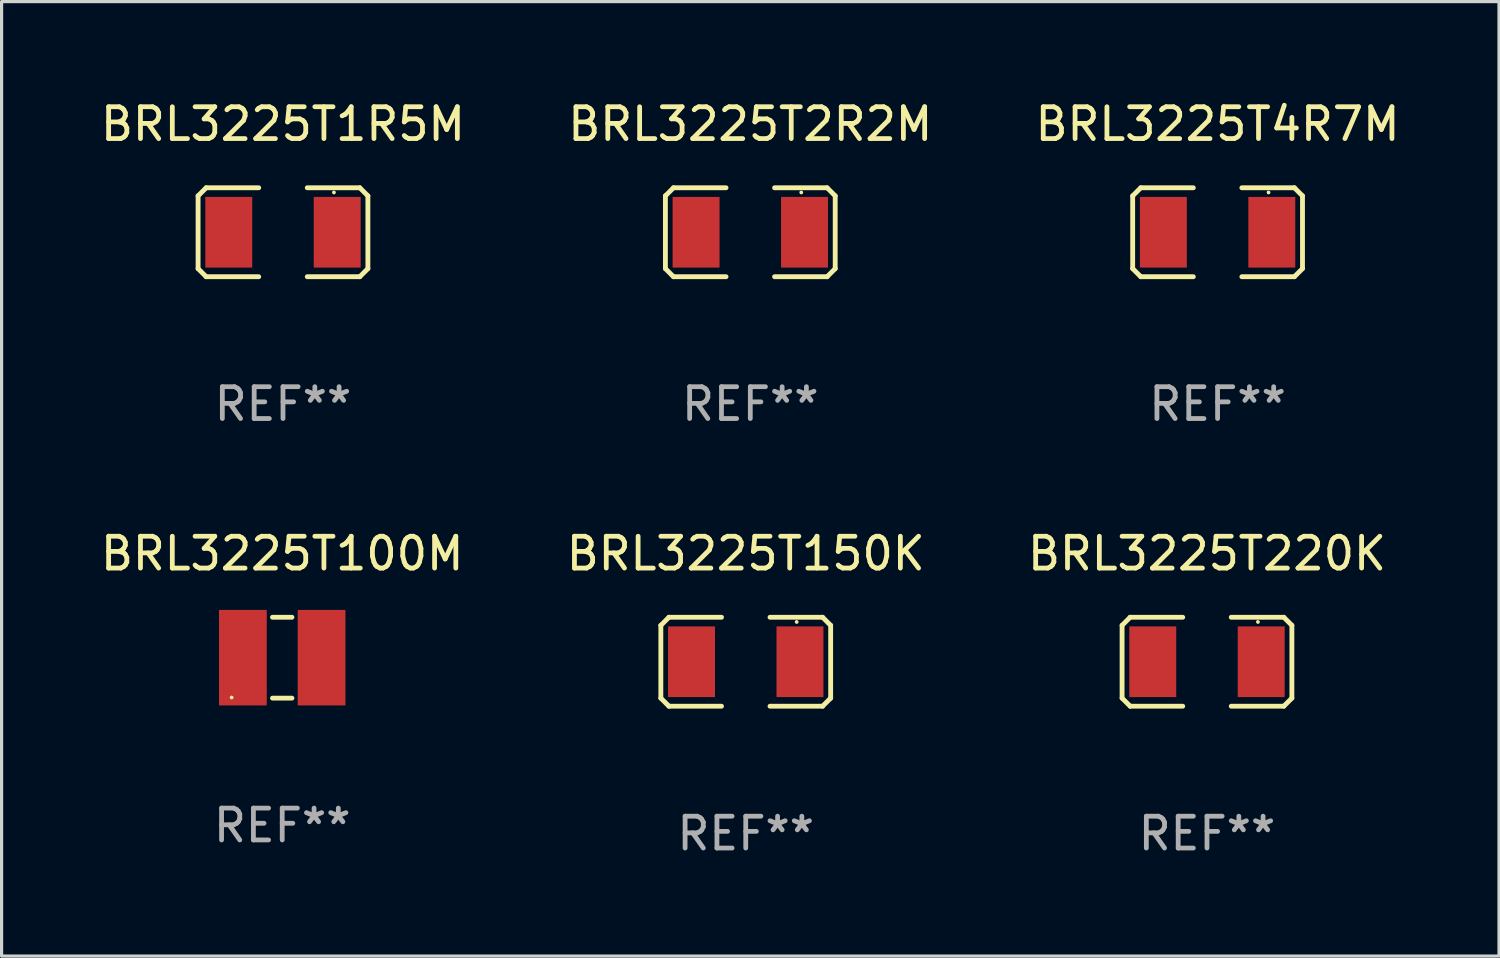
<source format=kicad_pcb>
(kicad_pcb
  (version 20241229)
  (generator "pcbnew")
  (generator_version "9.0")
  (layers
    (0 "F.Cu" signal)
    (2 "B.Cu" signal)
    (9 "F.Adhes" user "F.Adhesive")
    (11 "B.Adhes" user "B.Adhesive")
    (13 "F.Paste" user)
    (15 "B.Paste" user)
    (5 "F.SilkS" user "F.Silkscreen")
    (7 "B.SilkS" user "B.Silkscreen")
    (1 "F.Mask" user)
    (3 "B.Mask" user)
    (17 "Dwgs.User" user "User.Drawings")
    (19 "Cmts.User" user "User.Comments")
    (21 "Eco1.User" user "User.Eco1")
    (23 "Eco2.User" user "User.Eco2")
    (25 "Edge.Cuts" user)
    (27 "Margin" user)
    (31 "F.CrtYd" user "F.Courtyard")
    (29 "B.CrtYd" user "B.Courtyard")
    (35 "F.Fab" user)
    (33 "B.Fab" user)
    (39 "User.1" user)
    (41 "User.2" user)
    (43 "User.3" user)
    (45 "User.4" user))
  (footprint "BRL3225T150K"
    (layer "F.Cu")
    (at 20.375 17.736)
    (property "Reference" "BRL3225T150K" (at 0 -3.397 0) (layer "F.SilkS") (effects (font (size 1 1) (thickness 0.15))))
    (attr through_hole)
    (fp_line (start -2.667 -1.143) (end -2.413 -1.397) (stroke (width 0.152) (type solid)) (layer "F.SilkS"))
    (fp_line (start -2.667 1.143) (end -2.667 -1.143) (stroke (width 0.152) (type solid)) (layer "F.SilkS"))
    (fp_line (start -2.413 -1.397) (end -0.762 -1.397) (stroke (width 0.152) (type solid)) (layer "F.SilkS"))
    (fp_line (start -2.413 1.397) (end -2.667 1.143) (stroke (width 0.152) (type solid)) (layer "F.SilkS"))
    (fp_line (start -0.762 1.397) (end -2.413 1.397) (stroke (width 0.152) (type solid)) (layer "F.SilkS"))
    (fp_line (start 0.762 -1.397) (end 2.413 -1.397) (stroke (width 0.152) (type solid)) (layer "F.SilkS"))
    (fp_line (start 2.413 -1.397) (end 2.667 -1.143) (stroke (width 0.152) (type solid)) (layer "F.SilkS"))
    (fp_line (start 2.413 1.397) (end 0.762 1.397) (stroke (width 0.152) (type solid)) (layer "F.SilkS"))
    (fp_line (start 2.667 -1.143) (end 2.667 1.143) (stroke (width 0.152) (type solid)) (layer "F.SilkS"))
    (fp_line (start 2.667 1.143) (end 2.413 1.397) (stroke (width 0.152) (type solid)) (layer "F.SilkS"))
    (fp_circle (center 1.6 -1.25) (end 1.63 -1.25) (stroke (width 0.06) (type solid)) (fill no) (layer "F.SilkS"))
    (fp_text user "REF**" (at 0 5.397 0) (layer "F.Fab") (effects (font (size 1 1) (thickness 0.15))))
    (pad "1" smd rect (at 1.703 0) (size 1.474 2.22) (layers "F.Cu" "F.Mask" "F.Paste"))
    (pad "2" smd rect (at -1.703 0) (size 1.474 2.22) (layers "F.Cu" "F.Mask" "F.Paste")))
  (footprint "BRL3225T1R5M"
    (layer "F.Cu")
    (at 5.839 4.245)
    (property "Reference" "BRL3225T1R5M" (at 0 -3.397 0) (layer "F.SilkS") (effects (font (size 1 1) (thickness 0.15))))
    (attr through_hole)
    (fp_line (start -2.667 -1.143) (end -2.413 -1.397) (stroke (width 0.152) (type solid)) (layer "F.SilkS"))
    (fp_line (start -2.667 1.143) (end -2.667 -1.143) (stroke (width 0.152) (type solid)) (layer "F.SilkS"))
    (fp_line (start -2.413 -1.397) (end -0.762 -1.397) (stroke (width 0.152) (type solid)) (layer "F.SilkS"))
    (fp_line (start -2.413 1.397) (end -2.667 1.143) (stroke (width 0.152) (type solid)) (layer "F.SilkS"))
    (fp_line (start -0.762 1.397) (end -2.413 1.397) (stroke (width 0.152) (type solid)) (layer "F.SilkS"))
    (fp_line (start 0.762 -1.397) (end 2.413 -1.397) (stroke (width 0.152) (type solid)) (layer "F.SilkS"))
    (fp_line (start 2.413 -1.397) (end 2.667 -1.143) (stroke (width 0.152) (type solid)) (layer "F.SilkS"))
    (fp_line (start 2.413 1.397) (end 0.762 1.397) (stroke (width 0.152) (type solid)) (layer "F.SilkS"))
    (fp_line (start 2.667 -1.143) (end 2.667 1.143) (stroke (width 0.152) (type solid)) (layer "F.SilkS"))
    (fp_line (start 2.667 1.143) (end 2.413 1.397) (stroke (width 0.152) (type solid)) (layer "F.SilkS"))
    (fp_circle (center 1.6 -1.25) (end 1.63 -1.25) (stroke (width 0.06) (type solid)) (fill no) (layer "F.SilkS"))
    (fp_text user "REF**" (at 0 5.397 0) (layer "F.Fab") (effects (font (size 1 1) (thickness 0.15))))
    (pad "1" smd rect (at 1.703 0) (size 1.474 2.22) (layers "F.Cu" "F.Mask" "F.Paste"))
    (pad "2" smd rect (at -1.703 0) (size 1.474 2.22) (layers "F.Cu" "F.Mask" "F.Paste")))
  (footprint "BRL3225T4R7M"
    (layer "F.Cu")
    (at 35.196 4.245)
    (property "Reference" "BRL3225T4R7M" (at 0 -3.397 0) (layer "F.SilkS") (effects (font (size 1 1) (thickness 0.15))))
    (attr through_hole)
    (fp_line (start -2.667 -1.143) (end -2.413 -1.397) (stroke (width 0.152) (type solid)) (layer "F.SilkS"))
    (fp_line (start -2.667 1.143) (end -2.667 -1.143) (stroke (width 0.152) (type solid)) (layer "F.SilkS"))
    (fp_line (start -2.413 -1.397) (end -0.762 -1.397) (stroke (width 0.152) (type solid)) (layer "F.SilkS"))
    (fp_line (start -2.413 1.397) (end -2.667 1.143) (stroke (width 0.152) (type solid)) (layer "F.SilkS"))
    (fp_line (start -0.762 1.397) (end -2.413 1.397) (stroke (width 0.152) (type solid)) (layer "F.SilkS"))
    (fp_line (start 0.762 -1.397) (end 2.413 -1.397) (stroke (width 0.152) (type solid)) (layer "F.SilkS"))
    (fp_line (start 2.413 -1.397) (end 2.667 -1.143) (stroke (width 0.152) (type solid)) (layer "F.SilkS"))
    (fp_line (start 2.413 1.397) (end 0.762 1.397) (stroke (width 0.152) (type solid)) (layer "F.SilkS"))
    (fp_line (start 2.667 -1.143) (end 2.667 1.143) (stroke (width 0.152) (type solid)) (layer "F.SilkS"))
    (fp_line (start 2.667 1.143) (end 2.413 1.397) (stroke (width 0.152) (type solid)) (layer "F.SilkS"))
    (fp_circle (center 1.6 -1.25) (end 1.63 -1.25) (stroke (width 0.06) (type solid)) (fill no) (layer "F.SilkS"))
    (fp_text user "REF**" (at 0 5.397 0) (layer "F.Fab") (effects (font (size 1 1) (thickness 0.15))))
    (pad "1" smd rect (at 1.703 0) (size 1.474 2.22) (layers "F.Cu" "F.Mask" "F.Paste"))
    (pad "2" smd rect (at -1.703 0) (size 1.474 2.22) (layers "F.Cu" "F.Mask" "F.Paste")))
  (footprint "BRL3225T2R2M"
    (layer "F.Cu")
    (at 20.518 4.245)
    (property "Reference" "BRL3225T2R2M" (at 0 -3.397 0) (layer "F.SilkS") (effects (font (size 1 1) (thickness 0.15))))
    (attr through_hole)
    (fp_line (start -2.667 -1.143) (end -2.413 -1.397) (stroke (width 0.152) (type solid)) (layer "F.SilkS"))
    (fp_line (start -2.667 1.143) (end -2.667 -1.143) (stroke (width 0.152) (type solid)) (layer "F.SilkS"))
    (fp_line (start -2.413 -1.397) (end -0.762 -1.397) (stroke (width 0.152) (type solid)) (layer "F.SilkS"))
    (fp_line (start -2.413 1.397) (end -2.667 1.143) (stroke (width 0.152) (type solid)) (layer "F.SilkS"))
    (fp_line (start -0.762 1.397) (end -2.413 1.397) (stroke (width 0.152) (type solid)) (layer "F.SilkS"))
    (fp_line (start 0.762 -1.397) (end 2.413 -1.397) (stroke (width 0.152) (type solid)) (layer "F.SilkS"))
    (fp_line (start 2.413 -1.397) (end 2.667 -1.143) (stroke (width 0.152) (type solid)) (layer "F.SilkS"))
    (fp_line (start 2.413 1.397) (end 0.762 1.397) (stroke (width 0.152) (type solid)) (layer "F.SilkS"))
    (fp_line (start 2.667 -1.143) (end 2.667 1.143) (stroke (width 0.152) (type solid)) (layer "F.SilkS"))
    (fp_line (start 2.667 1.143) (end 2.413 1.397) (stroke (width 0.152) (type solid)) (layer "F.SilkS"))
    (fp_circle (center 1.6 -1.25) (end 1.63 -1.25) (stroke (width 0.06) (type solid)) (fill no) (layer "F.SilkS"))
    (fp_text user "REF**" (at 0 5.397 0) (layer "F.Fab") (effects (font (size 1 1) (thickness 0.15))))
    (pad "1" smd rect (at 1.703 0) (size 1.474 2.22) (layers "F.Cu" "F.Mask" "F.Paste"))
    (pad "2" smd rect (at -1.703 0) (size 1.474 2.22) (layers "F.Cu" "F.Mask" "F.Paste")))
  (footprint "BRL3225T220K"
    (layer "F.Cu")
    (at 34.863 17.736)
    (property "Reference" "BRL3225T220K" (at 0 -3.397 0) (layer "F.SilkS") (effects (font (size 1 1) (thickness 0.15))))
    (attr through_hole)
    (fp_line (start -2.667 -1.143) (end -2.413 -1.397) (stroke (width 0.152) (type solid)) (layer "F.SilkS"))
    (fp_line (start -2.667 1.143) (end -2.667 -1.143) (stroke (width 0.152) (type solid)) (layer "F.SilkS"))
    (fp_line (start -2.413 -1.397) (end -0.762 -1.397) (stroke (width 0.152) (type solid)) (layer "F.SilkS"))
    (fp_line (start -2.413 1.397) (end -2.667 1.143) (stroke (width 0.152) (type solid)) (layer "F.SilkS"))
    (fp_line (start -0.762 1.397) (end -2.413 1.397) (stroke (width 0.152) (type solid)) (layer "F.SilkS"))
    (fp_line (start 0.762 -1.397) (end 2.413 -1.397) (stroke (width 0.152) (type solid)) (layer "F.SilkS"))
    (fp_line (start 2.413 -1.397) (end 2.667 -1.143) (stroke (width 0.152) (type solid)) (layer "F.SilkS"))
    (fp_line (start 2.413 1.397) (end 0.762 1.397) (stroke (width 0.152) (type solid)) (layer "F.SilkS"))
    (fp_line (start 2.667 -1.143) (end 2.667 1.143) (stroke (width 0.152) (type solid)) (layer "F.SilkS"))
    (fp_line (start 2.667 1.143) (end 2.413 1.397) (stroke (width 0.152) (type solid)) (layer "F.SilkS"))
    (fp_circle (center 1.6 -1.25) (end 1.63 -1.25) (stroke (width 0.06) (type solid)) (fill no) (layer "F.SilkS"))
    (fp_text user "REF**" (at 0 5.397 0) (layer "F.Fab") (effects (font (size 1 1) (thickness 0.15))))
    (pad "1" smd rect (at 1.703 0) (size 1.474 2.22) (layers "F.Cu" "F.Mask" "F.Paste"))
    (pad "2" smd rect (at -1.703 0) (size 1.474 2.22) (layers "F.Cu" "F.Mask" "F.Paste")))
  (footprint "BRL3225T100M"
    (layer "F.Cu")
    (at 5.815 17.609)
    (property "Reference" "BRL3225T100M" (at 0 -3.27 0) (layer "F.SilkS") (effects (font (size 1 1) (thickness 0.15))))
    (attr through_hole)
    (fp_line (start -0.307 -1.27) (end 0.307 -1.27) (stroke (width 0.15) (type solid)) (layer "F.SilkS"))
    (fp_line (start -0.307 1.27) (end 0.307 1.27) (stroke (width 0.15) (type solid)) (layer "F.SilkS"))
    (fp_circle (center -1.589 1.25) (end -1.559 1.25) (stroke (width 0.06) (type solid)) (fill no) (layer "F.SilkS"))
    (fp_text user "REF**" (at 0 5.27 0) (layer "F.Fab") (effects (font (size 1 1) (thickness 0.15))))
    (pad "1" smd rect (at -1.236 0) (size 1.5 3) (layers "F.Cu" "F.Mask" "F.Paste"))
    (pad "2" smd rect (at 1.236 0) (size 1.5 3) (layers "F.Cu" "F.Mask" "F.Paste")))
  (gr_rect
    (start -3 -3)
    (end 44.036 26.981)
    (stroke (width 0.1) (type default))
    (fill no)
    (layer "Edge.Cuts")))
</source>
